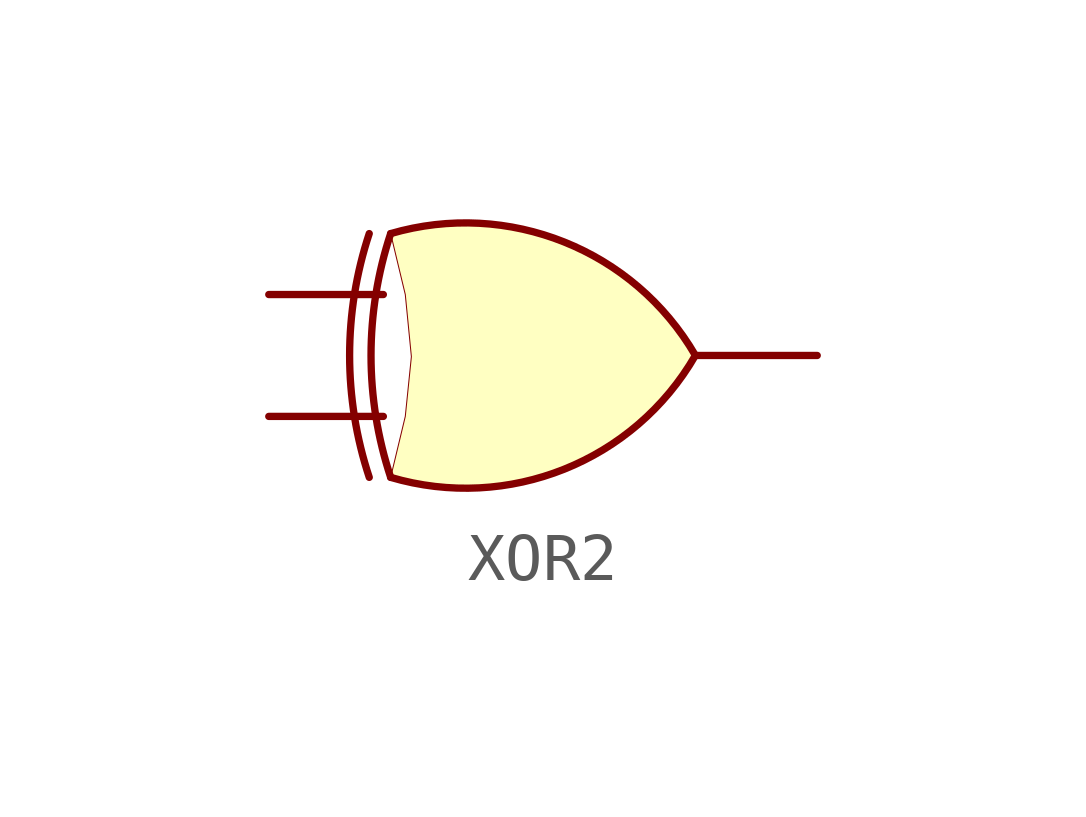
<source format=kicad_sym>
(kicad_symbol_lib
  (version 20211014)
  (generator kicad_symbol_editor)
  (symbol "XOR2"
    (property "Reference" "U"
      (at 0 -7.62 0)
      (effects (font (size 1.27 1.27)) hide))
    (symbol "XOR2_0_1"
      (arc (start -0.4462 2.54) (mid -16.2188 0) (end -0.4462 -2.54) (stroke (width 0.1524) (type default) (color 0 0 0 0)) (fill (type none)))
      (arc (start 0 -2.54) (mid 3.6152 -2.3706) (end 6.35 0) (stroke (width 0.1524) (type default) (color 0 0 0 0)) (fill (type background)))
      (polyline (pts (xy 0.965 -2.743) (xy 0 -2.54) (xy 0.305 -1.27) (xy 0.432 -0.025) (xy 0.305 1.27) (xy 0 2.54) (xy 0.838 2.692)) (stroke (width 0.003) (type default) (color 0 0 0 0)) (fill (type background)))
      (arc (start 0 2.54) (mid -15.7726 0) (end 0 -2.54) (stroke (width 0.1524) (type default) (color 0 0 0 0)) (fill (type none)))
      (arc (start 6.35 0) (mid 3.6134 2.3659) (end 0 2.54) (stroke (width 0.1524) (type default) (color 0 0 0 0)) (fill (type background))))
    (symbol "XOR2_1_1"
      (pin input line (at -2.54 -1.27 0) (length 2.388) (name "" (effects (font (size 1.27 1.27)))) (number "" (effects (font (size 1.27 1.27)))))
      (pin input line (at -2.54 1.27 0) (length 2.388) (name "" (effects (font (size 1.27 1.27)))) (number "" (effects (font (size 1.27 1.27)))))
      (pin output line (at 8.89 0 180) (length 2.54) (name "" (effects (font (size 1.27 1.27)))) (number "" (effects (font (size 1.27 1.27))))))))
</source>
